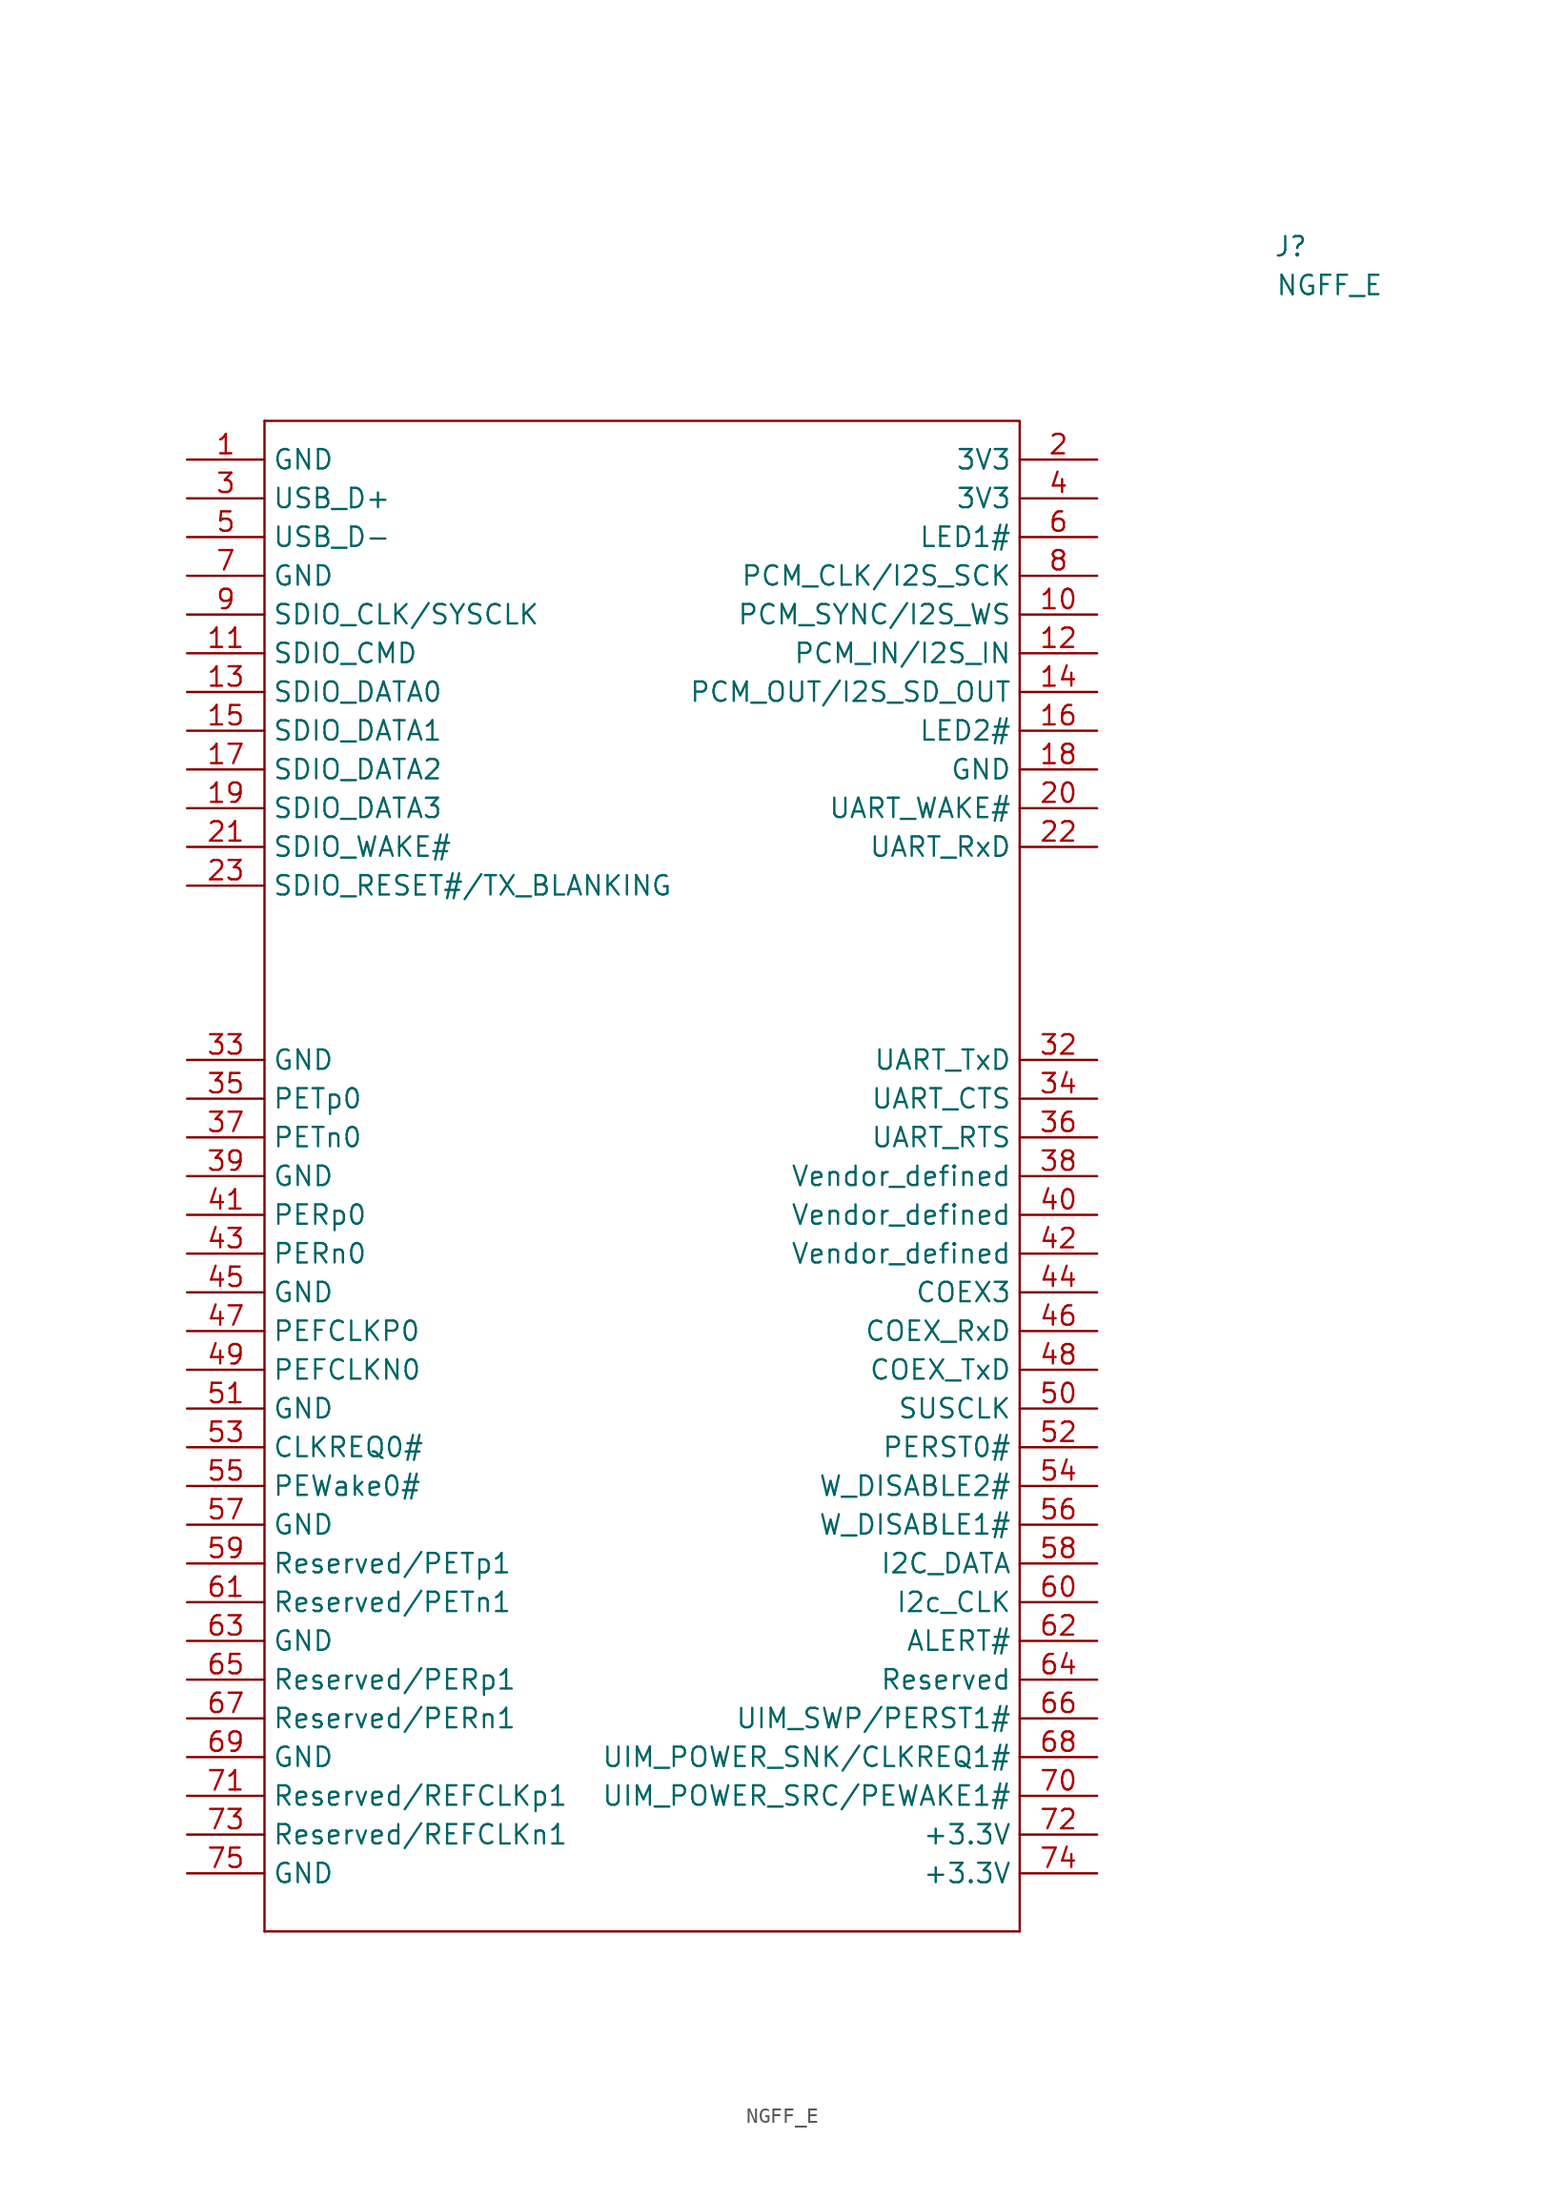
<source format=kicad_sym>
(kicad_symbol_lib
  (version 20220914)
  (generator kicad_symbol_editor)
  (symbol "NGFF_E"
    (property "Reference" "J"
      (at 87.63 21.59 0)
      (effects (font (size 1.27 1.27))))
    (property "Value" "NGFF_E"
      (at 90.17 19.05 0)
      (effects (font (size 1.27 1.27))))
    (symbol "NGFF_E_0_1"
      (polyline (pts (xy 20.32 -88.9) (xy 69.85 -88.9)) (stroke (width 0) (type default)) (fill (type none)))
      (polyline (pts (xy 20.32 10.16) (xy 20.32 -88.9)) (stroke (width 0) (type default)) (fill (type none)))
      (polyline (pts (xy 20.32 10.16) (xy 69.85 10.16) (xy 69.85 -88.9)) (stroke (width 0) (type default)) (fill (type none))))
    (symbol "NGFF_E_1_1"
      (pin passive line (at 15.24 7.62 0) (length 5.08) (name "GND" (effects (font (size 1.27 1.27)))) (number "1" (effects (font (size 1.27 1.27)))))
      (pin passive line (at 74.93 -2.54 180) (length 5.08) (name "PCM_SYNC/I2S_WS" (effects (font (size 1.27 1.27)))) (number "10" (effects (font (size 1.27 1.27)))))
      (pin passive line (at 15.24 -5.08 0) (length 5.08) (name "SDIO_CMD" (effects (font (size 1.27 1.27)))) (number "11" (effects (font (size 1.27 1.27)))))
      (pin passive line (at 74.93 -5.08 180) (length 5.08) (name "PCM_IN/I2S_IN" (effects (font (size 1.27 1.27)))) (number "12" (effects (font (size 1.27 1.27)))))
      (pin passive line (at 15.24 -7.62 0) (length 5.08) (name "SDIO_DATA0" (effects (font (size 1.27 1.27)))) (number "13" (effects (font (size 1.27 1.27)))))
      (pin passive line (at 74.93 -7.62 180) (length 5.08) (name "PCM_OUT/I2S_SD_OUT" (effects (font (size 1.27 1.27)))) (number "14" (effects (font (size 1.27 1.27)))))
      (pin passive line (at 15.24 -10.16 0) (length 5.08) (name "SDIO_DATA1" (effects (font (size 1.27 1.27)))) (number "15" (effects (font (size 1.27 1.27)))))
      (pin passive line (at 74.93 -10.16 180) (length 5.08) (name "LED2#" (effects (font (size 1.27 1.27)))) (number "16" (effects (font (size 1.27 1.27)))))
      (pin passive line (at 15.24 -12.7 0) (length 5.08) (name "SDIO_DATA2" (effects (font (size 1.27 1.27)))) (number "17" (effects (font (size 1.27 1.27)))))
      (pin passive line (at 74.93 -12.7 180) (length 5.08) (name "GND" (effects (font (size 1.27 1.27)))) (number "18" (effects (font (size 1.27 1.27)))))
      (pin passive line (at 15.24 -15.24 0) (length 5.08) (name "SDIO_DATA3" (effects (font (size 1.27 1.27)))) (number "19" (effects (font (size 1.27 1.27)))))
      (pin passive line (at 74.93 7.62 180) (length 5.08) (name "3V3" (effects (font (size 1.27 1.27)))) (number "2" (effects (font (size 1.27 1.27)))))
      (pin passive line (at 74.93 -15.24 180) (length 5.08) (name "UART_WAKE#" (effects (font (size 1.27 1.27)))) (number "20" (effects (font (size 1.27 1.27)))))
      (pin passive line (at 15.24 -17.78 0) (length 5.08) (name "SDIO_WAKE#" (effects (font (size 1.27 1.27)))) (number "21" (effects (font (size 1.27 1.27)))))
      (pin passive line (at 74.93 -17.78 180) (length 5.08) (name "UART_RxD" (effects (font (size 1.27 1.27)))) (number "22" (effects (font (size 1.27 1.27)))))
      (pin passive line (at 15.24 -20.32 0) (length 5.08) (name "SDIO_RESET#/TX_BLANKING" (effects (font (size 1.27 1.27)))) (number "23" (effects (font (size 1.27 1.27)))))
      (pin passive line (at 15.24 5.08 0) (length 5.08) (name "USB_D+" (effects (font (size 1.27 1.27)))) (number "3" (effects (font (size 1.27 1.27)))))
      (pin passive line (at 74.93 -31.75 180) (length 5.08) (name "UART_TxD" (effects (font (size 1.27 1.27)))) (number "32" (effects (font (size 1.27 1.27)))))
      (pin passive line (at 15.24 -31.75 0) (length 5.08) (name "GND" (effects (font (size 1.27 1.27)))) (number "33" (effects (font (size 1.27 1.27)))))
      (pin passive line (at 74.93 -34.29 180) (length 5.08) (name "UART_CTS" (effects (font (size 1.27 1.27)))) (number "34" (effects (font (size 1.27 1.27)))))
      (pin passive line (at 15.24 -34.29 0) (length 5.08) (name "PETp0" (effects (font (size 1.27 1.27)))) (number "35" (effects (font (size 1.27 1.27)))))
      (pin passive line (at 74.93 -36.83 180) (length 5.08) (name "UART_RTS" (effects (font (size 1.27 1.27)))) (number "36" (effects (font (size 1.27 1.27)))))
      (pin passive line (at 15.24 -36.83 0) (length 5.08) (name "PETn0" (effects (font (size 1.27 1.27)))) (number "37" (effects (font (size 1.27 1.27)))))
      (pin passive line (at 74.93 -39.37 180) (length 5.08) (name "Vendor_defined" (effects (font (size 1.27 1.27)))) (number "38" (effects (font (size 1.27 1.27)))))
      (pin passive line (at 15.24 -39.37 0) (length 5.08) (name "GND" (effects (font (size 1.27 1.27)))) (number "39" (effects (font (size 1.27 1.27)))))
      (pin passive line (at 74.93 5.08 180) (length 5.08) (name "3V3" (effects (font (size 1.27 1.27)))) (number "4" (effects (font (size 1.27 1.27)))))
      (pin passive line (at 74.93 -41.91 180) (length 5.08) (name "Vendor_defined" (effects (font (size 1.27 1.27)))) (number "40" (effects (font (size 1.27 1.27)))))
      (pin passive line (at 15.24 -41.91 0) (length 5.08) (name "PERp0" (effects (font (size 1.27 1.27)))) (number "41" (effects (font (size 1.27 1.27)))))
      (pin passive line (at 74.93 -44.45 180) (length 5.08) (name "Vendor_defined" (effects (font (size 1.27 1.27)))) (number "42" (effects (font (size 1.27 1.27)))))
      (pin passive line (at 15.24 -44.45 0) (length 5.08) (name "PERn0" (effects (font (size 1.27 1.27)))) (number "43" (effects (font (size 1.27 1.27)))))
      (pin passive line (at 74.93 -46.99 180) (length 5.08) (name "COEX3" (effects (font (size 1.27 1.27)))) (number "44" (effects (font (size 1.27 1.27)))))
      (pin passive line (at 15.24 -46.99 0) (length 5.08) (name "GND" (effects (font (size 1.27 1.27)))) (number "45" (effects (font (size 1.27 1.27)))))
      (pin passive line (at 74.93 -49.53 180) (length 5.08) (name "COEX_RxD" (effects (font (size 1.27 1.27)))) (number "46" (effects (font (size 1.27 1.27)))))
      (pin passive line (at 15.24 -49.53 0) (length 5.08) (name "PEFCLKP0" (effects (font (size 1.27 1.27)))) (number "47" (effects (font (size 1.27 1.27)))))
      (pin passive line (at 74.93 -52.07 180) (length 5.08) (name "COEX_TxD" (effects (font (size 1.27 1.27)))) (number "48" (effects (font (size 1.27 1.27)))))
      (pin passive line (at 15.24 -52.07 0) (length 5.08) (name "PEFCLKN0" (effects (font (size 1.27 1.27)))) (number "49" (effects (font (size 1.27 1.27)))))
      (pin passive line (at 15.24 2.54 0) (length 5.08) (name "USB_D-" (effects (font (size 1.27 1.27)))) (number "5" (effects (font (size 1.27 1.27)))))
      (pin passive line (at 74.93 -54.61 180) (length 5.08) (name "SUSCLK" (effects (font (size 1.27 1.27)))) (number "50" (effects (font (size 1.27 1.27)))))
      (pin passive line (at 15.24 -54.61 0) (length 5.08) (name "GND" (effects (font (size 1.27 1.27)))) (number "51" (effects (font (size 1.27 1.27)))))
      (pin passive line (at 74.93 -57.15 180) (length 5.08) (name "PERST0#" (effects (font (size 1.27 1.27)))) (number "52" (effects (font (size 1.27 1.27)))))
      (pin passive line (at 15.24 -57.15 0) (length 5.08) (name "CLKREQ0#" (effects (font (size 1.27 1.27)))) (number "53" (effects (font (size 1.27 1.27)))))
      (pin passive line (at 74.93 -59.69 180) (length 5.08) (name "W_DISABLE2#" (effects (font (size 1.27 1.27)))) (number "54" (effects (font (size 1.27 1.27)))))
      (pin passive line (at 15.24 -59.69 0) (length 5.08) (name "PEWake0#" (effects (font (size 1.27 1.27)))) (number "55" (effects (font (size 1.27 1.27)))))
      (pin passive line (at 74.93 -62.23 180) (length 5.08) (name "W_DISABLE1#" (effects (font (size 1.27 1.27)))) (number "56" (effects (font (size 1.27 1.27)))))
      (pin passive line (at 15.24 -62.23 0) (length 5.08) (name "GND" (effects (font (size 1.27 1.27)))) (number "57" (effects (font (size 1.27 1.27)))))
      (pin passive line (at 74.93 -64.77 180) (length 5.08) (name "I2C_DATA" (effects (font (size 1.27 1.27)))) (number "58" (effects (font (size 1.27 1.27)))))
      (pin passive line (at 15.24 -64.77 0) (length 5.08) (name "Reserved/PETp1" (effects (font (size 1.27 1.27)))) (number "59" (effects (font (size 1.27 1.27)))))
      (pin passive line (at 74.93 2.54 180) (length 5.08) (name "LED1#" (effects (font (size 1.27 1.27)))) (number "6" (effects (font (size 1.27 1.27)))))
      (pin passive line (at 74.93 -67.31 180) (length 5.08) (name "I2c_CLK" (effects (font (size 1.27 1.27)))) (number "60" (effects (font (size 1.27 1.27)))))
      (pin passive line (at 15.24 -67.31 0) (length 5.08) (name "Reserved/PETn1" (effects (font (size 1.27 1.27)))) (number "61" (effects (font (size 1.27 1.27)))))
      (pin passive line (at 74.93 -69.85 180) (length 5.08) (name "ALERT#" (effects (font (size 1.27 1.27)))) (number "62" (effects (font (size 1.27 1.27)))))
      (pin passive line (at 15.24 -69.85 0) (length 5.08) (name "GND" (effects (font (size 1.27 1.27)))) (number "63" (effects (font (size 1.27 1.27)))))
      (pin passive line (at 74.93 -72.39 180) (length 5.08) (name "Reserved" (effects (font (size 1.27 1.27)))) (number "64" (effects (font (size 1.27 1.27)))))
      (pin passive line (at 15.24 -72.39 0) (length 5.08) (name "Reserved/PERp1" (effects (font (size 1.27 1.27)))) (number "65" (effects (font (size 1.27 1.27)))))
      (pin passive line (at 74.93 -74.93 180) (length 5.08) (name "UIM_SWP/PERST1#" (effects (font (size 1.27 1.27)))) (number "66" (effects (font (size 1.27 1.27)))))
      (pin passive line (at 15.24 -74.93 0) (length 5.08) (name "Reserved/PERn1" (effects (font (size 1.27 1.27)))) (number "67" (effects (font (size 1.27 1.27)))))
      (pin passive line (at 74.93 -77.47 180) (length 5.08) (name "UIM_POWER_SNK/CLKREQ1#" (effects (font (size 1.27 1.27)))) (number "68" (effects (font (size 1.27 1.27)))))
      (pin passive line (at 15.24 -77.47 0) (length 5.08) (name "GND" (effects (font (size 1.27 1.27)))) (number "69" (effects (font (size 1.27 1.27)))))
      (pin passive line (at 15.24 0 0) (length 5.08) (name "GND" (effects (font (size 1.27 1.27)))) (number "7" (effects (font (size 1.27 1.27)))))
      (pin passive line (at 74.93 -80.01 180) (length 5.08) (name "UIM_POWER_SRC/PEWAKE1#" (effects (font (size 1.27 1.27)))) (number "70" (effects (font (size 1.27 1.27)))))
      (pin passive line (at 15.24 -80.01 0) (length 5.08) (name "Reserved/REFCLKp1" (effects (font (size 1.27 1.27)))) (number "71" (effects (font (size 1.27 1.27)))))
      (pin passive line (at 74.93 -82.55 180) (length 5.08) (name "+3.3V" (effects (font (size 1.27 1.27)))) (number "72" (effects (font (size 1.27 1.27)))))
      (pin passive line (at 15.24 -82.55 0) (length 5.08) (name "Reserved/REFCLKn1" (effects (font (size 1.27 1.27)))) (number "73" (effects (font (size 1.27 1.27)))))
      (pin passive line (at 74.93 -85.09 180) (length 5.08) (name "+3.3V" (effects (font (size 1.27 1.27)))) (number "74" (effects (font (size 1.27 1.27)))))
      (pin passive line (at 15.24 -85.09 0) (length 5.08) (name "GND" (effects (font (size 1.27 1.27)))) (number "75" (effects (font (size 1.27 1.27)))))
      (pin passive line (at 74.93 0 180) (length 5.08) (name "PCM_CLK/I2S_SCK" (effects (font (size 1.27 1.27)))) (number "8" (effects (font (size 1.27 1.27)))))
      (pin passive line (at 15.24 -2.54 0) (length 5.08) (name "SDIO_CLK/SYSCLK" (effects (font (size 1.27 1.27)))) (number "9" (effects (font (size 1.27 1.27))))))))
</source>
